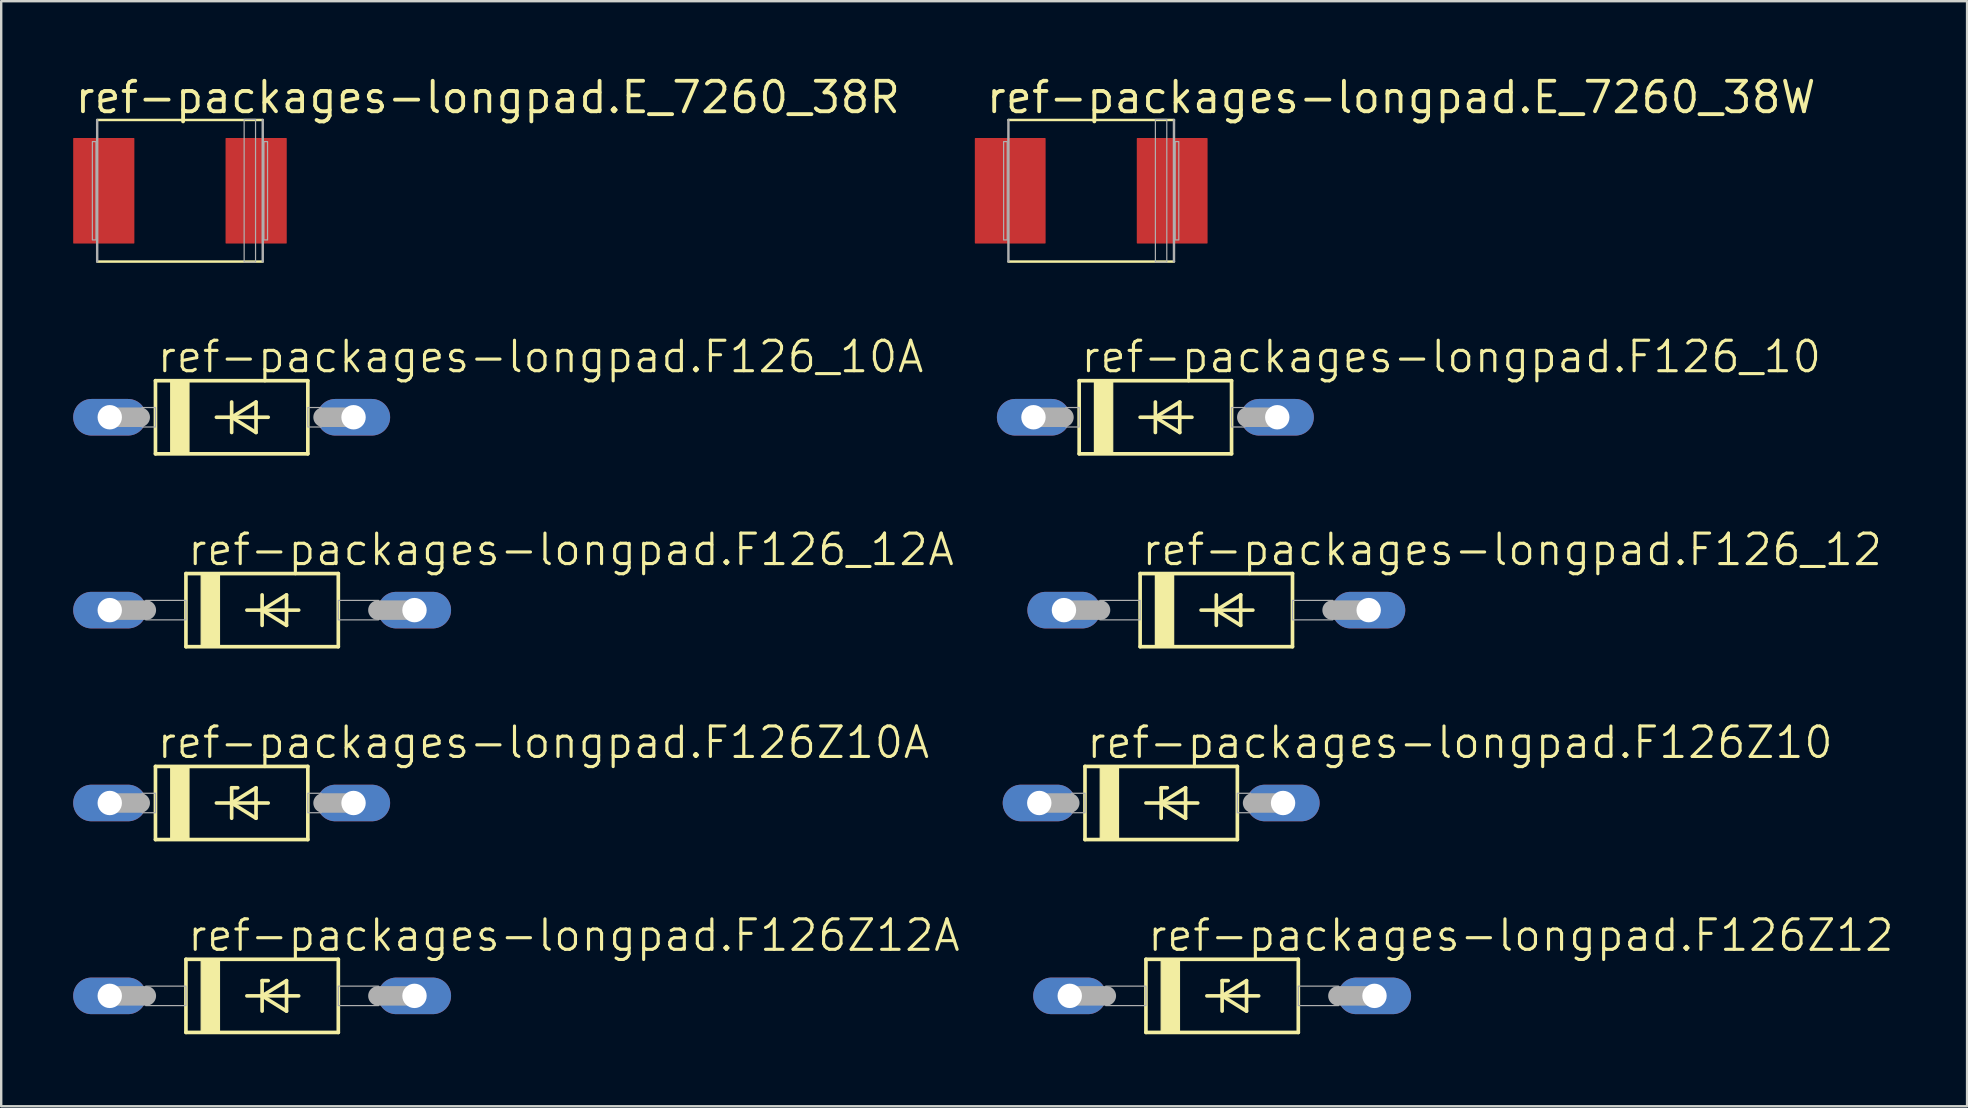
<source format=kicad_pcb>
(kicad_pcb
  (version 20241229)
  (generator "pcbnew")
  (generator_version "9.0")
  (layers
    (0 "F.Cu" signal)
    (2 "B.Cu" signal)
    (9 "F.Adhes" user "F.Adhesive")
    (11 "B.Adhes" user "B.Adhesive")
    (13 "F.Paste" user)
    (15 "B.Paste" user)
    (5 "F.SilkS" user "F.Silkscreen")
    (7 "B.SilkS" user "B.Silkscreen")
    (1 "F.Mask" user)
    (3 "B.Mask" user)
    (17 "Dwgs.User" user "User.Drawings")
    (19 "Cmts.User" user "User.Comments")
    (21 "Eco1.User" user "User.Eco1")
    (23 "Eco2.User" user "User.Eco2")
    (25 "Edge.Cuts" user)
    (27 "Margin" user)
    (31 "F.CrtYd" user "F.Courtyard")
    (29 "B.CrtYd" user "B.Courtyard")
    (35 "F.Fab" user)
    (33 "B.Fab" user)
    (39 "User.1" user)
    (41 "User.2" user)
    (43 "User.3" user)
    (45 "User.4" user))
  (footprint "ref-packages-longpad.E_7260_38R"
    (layer "F.Cu")
    (at 4.45 4.9)
    (property "Reference" "ref-packages-longpad.E_7260_38R" (at -4.45 -3.15 0) (layer "F.SilkS") (effects (font (size 1.27 1.27) (thickness 0.16)) (justify left bottom)))
    (attr smd)
    (fp_line (start -3.45 -2.95) (end 3.45 -2.95) (stroke (width 0.102) (type default)) (layer "F.SilkS"))
    (fp_line (start 3.45 2.95) (end -3.45 2.95) (stroke (width 0.102) (type default)) (layer "F.SilkS"))
    (fp_line (start -3.45 2.95) (end -3.45 -2.95) (stroke (width 0.102) (type default)) (layer "F.Fab"))
    (fp_line (start 3.45 -2.95) (end 3.45 2.95) (stroke (width 0.102) (type default)) (layer "F.Fab"))
    (fp_rect (start -3.65 2.05) (end -3.5 -2.05) (stroke (width 0.05) (type default)) (fill no) (layer "F.Fab"))
    (fp_rect (start 2.675 2.975) (end 3.15 -2.975) (stroke (width 0.05) (type default)) (fill no) (layer "F.Fab"))
    (fp_rect (start 3.5 2.05) (end 3.65 -2.05) (stroke (width 0.05) (type default)) (fill no) (layer "F.Fab"))
    (pad "+" smd roundrect (at 3.175 0) (size 2.55 4.4) (layers "F.Cu" "F.Mask" "F.Paste") (roundrect_rratio 0.01))
    (pad "-" smd roundrect (at -3.175 0) (size 2.55 4.4) (layers "F.Cu" "F.Mask" "F.Paste") (roundrect_rratio 0.01)))
  (footprint "ref-packages-longpad.F126_12A"
    (layer "F.Cu")
    (at 7.874 22.377)
    (property "Reference" "ref-packages-longpad.F126_12A" (at -3.175 -1.778 0) (layer "F.SilkS") (effects (font (size 1.27 1.27) (thickness 0.13)) (justify left bottom)))
    (attr through_hole)
    (fp_line (start -3.175 -1.524) (end -3.175 1.524) (stroke (width 0.152) (type default)) (layer "F.SilkS"))
    (fp_line (start -3.175 1.524) (end 3.175 1.524) (stroke (width 0.152) (type default)) (layer "F.SilkS"))
    (fp_line (start -0.635 0) (end 0 0) (stroke (width 0.152) (type default)) (layer "F.SilkS"))
    (fp_line (start 0 -0.635) (end 0 0) (stroke (width 0.152) (type default)) (layer "F.SilkS"))
    (fp_line (start 0 0) (end 0 0.635) (stroke (width 0.152) (type default)) (layer "F.SilkS"))
    (fp_line (start 0 0) (end 1.016 -0.635) (stroke (width 0.152) (type default)) (layer "F.SilkS"))
    (fp_line (start 0 0) (end 1.524 0) (stroke (width 0.152) (type default)) (layer "F.SilkS"))
    (fp_line (start 1.016 -0.635) (end 1.016 0.635) (stroke (width 0.152) (type default)) (layer "F.SilkS"))
    (fp_line (start 1.016 0.635) (end 0 0) (stroke (width 0.152) (type default)) (layer "F.SilkS"))
    (fp_line (start 3.175 -1.524) (end -3.175 -1.524) (stroke (width 0.152) (type default)) (layer "F.SilkS"))
    (fp_line (start 3.175 1.524) (end 3.175 -1.524) (stroke (width 0.152) (type default)) (layer "F.SilkS"))
    (fp_rect (start -2.54 1.524) (end -1.778 -1.524) (stroke (width 0.05) (type default)) (fill yes) (layer "F.SilkS"))
    (fp_line (start -6.35 0) (end -4.826 0) (stroke (width 0.813) (type default)) (layer "F.Fab"))
    (fp_line (start 6.35 0) (end 4.826 0) (stroke (width 0.813) (type default)) (layer "F.Fab"))
    (fp_rect (start -4.851 0.406) (end -3.175 -0.406) (stroke (width 0.05) (type default)) (fill no) (layer "F.Fab"))
    (fp_rect (start 3.175 0.406) (end 4.851 -0.406) (stroke (width 0.05) (type default)) (fill no) (layer "F.Fab"))
    (pad "A" thru_hole oval (at 6.35 0) (size 3.048 1.524) (drill 1.016) (layers "*.Cu" "*.Mask"))
    (pad "C" thru_hole oval (at -6.35 0) (size 3.048 1.524) (drill 1.016) (layers "*.Cu" "*.Mask")))
  (footprint "ref-packages-longpad.F126Z10A"
    (layer "F.Cu")
    (at 6.604 30.415)
    (property "Reference" "ref-packages-longpad.F126Z10A" (at -3.175 -1.778 0) (layer "F.SilkS") (effects (font (size 1.27 1.27) (thickness 0.13)) (justify left bottom)))
    (attr through_hole)
    (fp_line (start -3.175 -1.524) (end -3.175 1.524) (stroke (width 0.152) (type default)) (layer "F.SilkS"))
    (fp_line (start -3.175 1.524) (end 3.175 1.524) (stroke (width 0.152) (type default)) (layer "F.SilkS"))
    (fp_line (start -0.635 0) (end 0 0) (stroke (width 0.152) (type default)) (layer "F.SilkS"))
    (fp_line (start 0 -0.635) (end 0 0) (stroke (width 0.152) (type default)) (layer "F.SilkS"))
    (fp_line (start 0 0) (end 0 0.635) (stroke (width 0.152) (type default)) (layer "F.SilkS"))
    (fp_line (start 0 0) (end 1.016 -0.635) (stroke (width 0.152) (type default)) (layer "F.SilkS"))
    (fp_line (start 0 0) (end 1.524 0) (stroke (width 0.152) (type default)) (layer "F.SilkS"))
    (fp_line (start 0.254 -0.635) (end 0 -0.635) (stroke (width 0.152) (type default)) (layer "F.SilkS"))
    (fp_line (start 1.016 -0.635) (end 1.016 0.635) (stroke (width 0.152) (type default)) (layer "F.SilkS"))
    (fp_line (start 1.016 0.635) (end 0 0) (stroke (width 0.152) (type default)) (layer "F.SilkS"))
    (fp_line (start 3.175 -1.524) (end -3.175 -1.524) (stroke (width 0.152) (type default)) (layer "F.SilkS"))
    (fp_line (start 3.175 1.524) (end 3.175 -1.524) (stroke (width 0.152) (type default)) (layer "F.SilkS"))
    (fp_rect (start -2.54 1.524) (end -1.778 -1.524) (stroke (width 0.05) (type default)) (fill yes) (layer "F.SilkS"))
    (fp_line (start -5.08 0) (end -3.81 0) (stroke (width 0.813) (type default)) (layer "F.Fab"))
    (fp_line (start 5.08 0) (end 3.81 0) (stroke (width 0.813) (type default)) (layer "F.Fab"))
    (fp_rect (start -3.734 0.406) (end -3.175 -0.406) (stroke (width 0.05) (type default)) (fill no) (layer "F.Fab"))
    (fp_rect (start 3.175 0.406) (end 3.734 -0.406) (stroke (width 0.05) (type default)) (fill no) (layer "F.Fab"))
    (pad "A" thru_hole oval (at 5.08 0) (size 3.048 1.524) (drill 1.016) (layers "*.Cu" "*.Mask"))
    (pad "C" thru_hole oval (at -5.08 0) (size 3.048 1.524) (drill 1.016) (layers "*.Cu" "*.Mask")))
  (footprint "ref-packages-longpad.F126Z12"
    (layer "F.Cu")
    (at 47.882 38.453)
    (property "Reference" "ref-packages-longpad.F126Z12" (at -3.175 -1.778 0) (layer "F.SilkS") (effects (font (size 1.27 1.27) (thickness 0.13)) (justify left bottom)))
    (attr through_hole)
    (fp_line (start -3.175 -1.524) (end -3.175 1.524) (stroke (width 0.152) (type default)) (layer "F.SilkS"))
    (fp_line (start -3.175 1.524) (end 3.175 1.524) (stroke (width 0.152) (type default)) (layer "F.SilkS"))
    (fp_line (start -0.635 0) (end 0 0) (stroke (width 0.152) (type default)) (layer "F.SilkS"))
    (fp_line (start 0 -0.635) (end 0 0) (stroke (width 0.152) (type default)) (layer "F.SilkS"))
    (fp_line (start 0 0) (end 0 0.635) (stroke (width 0.152) (type default)) (layer "F.SilkS"))
    (fp_line (start 0 0) (end 1.016 -0.635) (stroke (width 0.152) (type default)) (layer "F.SilkS"))
    (fp_line (start 0 0) (end 1.524 0) (stroke (width 0.152) (type default)) (layer "F.SilkS"))
    (fp_line (start 0.254 -0.635) (end 0 -0.635) (stroke (width 0.152) (type default)) (layer "F.SilkS"))
    (fp_line (start 1.016 -0.635) (end 1.016 0.635) (stroke (width 0.152) (type default)) (layer "F.SilkS"))
    (fp_line (start 1.016 0.635) (end 0 0) (stroke (width 0.152) (type default)) (layer "F.SilkS"))
    (fp_line (start 3.175 -1.524) (end -3.175 -1.524) (stroke (width 0.152) (type default)) (layer "F.SilkS"))
    (fp_line (start 3.175 1.524) (end 3.175 -1.524) (stroke (width 0.152) (type default)) (layer "F.SilkS"))
    (fp_rect (start -2.54 1.524) (end -1.778 -1.524) (stroke (width 0.05) (type default)) (fill yes) (layer "F.SilkS"))
    (fp_line (start -6.35 0) (end -4.826 0) (stroke (width 0.813) (type default)) (layer "F.Fab"))
    (fp_line (start 6.35 0) (end 4.826 0) (stroke (width 0.813) (type default)) (layer "F.Fab"))
    (fp_rect (start -4.851 0.406) (end -3.175 -0.406) (stroke (width 0.05) (type default)) (fill no) (layer "F.Fab"))
    (fp_rect (start 3.175 0.406) (end 4.851 -0.406) (stroke (width 0.05) (type default)) (fill no) (layer "F.Fab"))
    (pad "A" thru_hole oval (at 6.35 0) (size 3.048 1.524) (drill 1.016) (layers "*.Cu" "*.Mask"))
    (pad "C" thru_hole oval (at -6.35 0) (size 3.048 1.524) (drill 1.016) (layers "*.Cu" "*.Mask")))
  (footprint "ref-packages-longpad.F126_12"
    (layer "F.Cu")
    (at 47.64 22.377)
    (property "Reference" "ref-packages-longpad.F126_12" (at -3.175 -1.778 0) (layer "F.SilkS") (effects (font (size 1.27 1.27) (thickness 0.13)) (justify left bottom)))
    (attr through_hole)
    (fp_line (start -3.175 -1.524) (end -3.175 1.524) (stroke (width 0.152) (type default)) (layer "F.SilkS"))
    (fp_line (start -3.175 1.524) (end 3.175 1.524) (stroke (width 0.152) (type default)) (layer "F.SilkS"))
    (fp_line (start -0.635 0) (end 0 0) (stroke (width 0.152) (type default)) (layer "F.SilkS"))
    (fp_line (start 0 -0.635) (end 0 0) (stroke (width 0.152) (type default)) (layer "F.SilkS"))
    (fp_line (start 0 0) (end 0 0.635) (stroke (width 0.152) (type default)) (layer "F.SilkS"))
    (fp_line (start 0 0) (end 1.016 -0.635) (stroke (width 0.152) (type default)) (layer "F.SilkS"))
    (fp_line (start 0 0) (end 1.524 0) (stroke (width 0.152) (type default)) (layer "F.SilkS"))
    (fp_line (start 1.016 -0.635) (end 1.016 0.635) (stroke (width 0.152) (type default)) (layer "F.SilkS"))
    (fp_line (start 1.016 0.635) (end 0 0) (stroke (width 0.152) (type default)) (layer "F.SilkS"))
    (fp_line (start 3.175 -1.524) (end -3.175 -1.524) (stroke (width 0.152) (type default)) (layer "F.SilkS"))
    (fp_line (start 3.175 1.524) (end 3.175 -1.524) (stroke (width 0.152) (type default)) (layer "F.SilkS"))
    (fp_rect (start -2.54 1.524) (end -1.778 -1.524) (stroke (width 0.05) (type default)) (fill yes) (layer "F.SilkS"))
    (fp_line (start -6.35 0) (end -4.826 0) (stroke (width 0.813) (type default)) (layer "F.Fab"))
    (fp_line (start 6.35 0) (end 4.826 0) (stroke (width 0.813) (type default)) (layer "F.Fab"))
    (fp_rect (start -4.851 0.406) (end -3.175 -0.406) (stroke (width 0.05) (type default)) (fill no) (layer "F.Fab"))
    (fp_rect (start 3.175 0.406) (end 4.851 -0.406) (stroke (width 0.05) (type default)) (fill no) (layer "F.Fab"))
    (pad "A" thru_hole oval (at 6.35 0) (size 3.048 1.524) (drill 1.016) (layers "*.Cu" "*.Mask"))
    (pad "C" thru_hole oval (at -6.35 0) (size 3.048 1.524) (drill 1.016) (layers "*.Cu" "*.Mask")))
  (footprint "ref-packages-longpad.F126_10A"
    (layer "F.Cu")
    (at 6.604 14.339)
    (property "Reference" "ref-packages-longpad.F126_10A" (at -3.175 -1.778 0) (layer "F.SilkS") (effects (font (size 1.27 1.27) (thickness 0.13)) (justify left bottom)))
    (attr through_hole)
    (fp_line (start -3.175 -1.524) (end -3.175 1.524) (stroke (width 0.152) (type default)) (layer "F.SilkS"))
    (fp_line (start -3.175 1.524) (end 3.175 1.524) (stroke (width 0.152) (type default)) (layer "F.SilkS"))
    (fp_line (start -0.635 0) (end 0 0) (stroke (width 0.152) (type default)) (layer "F.SilkS"))
    (fp_line (start 0 -0.635) (end 0 0) (stroke (width 0.152) (type default)) (layer "F.SilkS"))
    (fp_line (start 0 0) (end 0 0.635) (stroke (width 0.152) (type default)) (layer "F.SilkS"))
    (fp_line (start 0 0) (end 1.016 -0.635) (stroke (width 0.152) (type default)) (layer "F.SilkS"))
    (fp_line (start 0 0) (end 1.524 0) (stroke (width 0.152) (type default)) (layer "F.SilkS"))
    (fp_line (start 1.016 -0.635) (end 1.016 0.635) (stroke (width 0.152) (type default)) (layer "F.SilkS"))
    (fp_line (start 1.016 0.635) (end 0 0) (stroke (width 0.152) (type default)) (layer "F.SilkS"))
    (fp_line (start 3.175 -1.524) (end -3.175 -1.524) (stroke (width 0.152) (type default)) (layer "F.SilkS"))
    (fp_line (start 3.175 1.524) (end 3.175 -1.524) (stroke (width 0.152) (type default)) (layer "F.SilkS"))
    (fp_rect (start -2.54 1.524) (end -1.778 -1.524) (stroke (width 0.05) (type default)) (fill yes) (layer "F.SilkS"))
    (fp_line (start -5.08 0) (end -3.81 0) (stroke (width 0.813) (type default)) (layer "F.Fab"))
    (fp_line (start 5.08 0) (end 3.81 0) (stroke (width 0.813) (type default)) (layer "F.Fab"))
    (fp_rect (start -3.734 0.406) (end -3.175 -0.406) (stroke (width 0.05) (type default)) (fill no) (layer "F.Fab"))
    (fp_rect (start 3.175 0.406) (end 3.734 -0.406) (stroke (width 0.05) (type default)) (fill no) (layer "F.Fab"))
    (pad "A" thru_hole oval (at 5.08 0) (size 3.048 1.524) (drill 1.016) (layers "*.Cu" "*.Mask"))
    (pad "C" thru_hole oval (at -5.08 0) (size 3.048 1.524) (drill 1.016) (layers "*.Cu" "*.Mask")))
  (footprint "ref-packages-longpad.E_7260_38W"
    (layer "F.Cu")
    (at 42.426 4.9)
    (property "Reference" "ref-packages-longpad.E_7260_38W" (at -4.45 -3.15 0) (layer "F.SilkS") (effects (font (size 1.27 1.27) (thickness 0.16)) (justify left bottom)))
    (attr smd)
    (fp_line (start -3.45 -2.95) (end 3.45 -2.95) (stroke (width 0.102) (type default)) (layer "F.SilkS"))
    (fp_line (start 3.45 2.95) (end -3.45 2.95) (stroke (width 0.102) (type default)) (layer "F.SilkS"))
    (fp_line (start -3.45 2.95) (end -3.45 -2.95) (stroke (width 0.102) (type default)) (layer "F.Fab"))
    (fp_line (start 3.45 -2.95) (end 3.45 2.95) (stroke (width 0.102) (type default)) (layer "F.Fab"))
    (fp_rect (start -3.65 2.05) (end -3.5 -2.05) (stroke (width 0.05) (type default)) (fill no) (layer "F.Fab"))
    (fp_rect (start 2.675 2.975) (end 3.15 -2.975) (stroke (width 0.05) (type default)) (fill no) (layer "F.Fab"))
    (fp_rect (start 3.5 2.05) (end 3.65 -2.05) (stroke (width 0.05) (type default)) (fill no) (layer "F.Fab"))
    (pad "+" smd roundrect (at 3.375 0) (size 2.95 4.4) (layers "F.Cu" "F.Mask" "F.Paste") (roundrect_rratio 0.01))
    (pad "-" smd roundrect (at -3.375 0) (size 2.95 4.4) (layers "F.Cu" "F.Mask" "F.Paste") (roundrect_rratio 0.01)))
  (footprint "ref-packages-longpad.F126_10"
    (layer "F.Cu")
    (at 45.1 14.339)
    (property "Reference" "ref-packages-longpad.F126_10" (at -3.175 -1.778 0) (layer "F.SilkS") (effects (font (size 1.27 1.27) (thickness 0.13)) (justify left bottom)))
    (attr through_hole)
    (fp_line (start -3.175 -1.524) (end -3.175 1.524) (stroke (width 0.152) (type default)) (layer "F.SilkS"))
    (fp_line (start -3.175 1.524) (end 3.175 1.524) (stroke (width 0.152) (type default)) (layer "F.SilkS"))
    (fp_line (start -0.635 0) (end 0 0) (stroke (width 0.152) (type default)) (layer "F.SilkS"))
    (fp_line (start 0 -0.635) (end 0 0) (stroke (width 0.152) (type default)) (layer "F.SilkS"))
    (fp_line (start 0 0) (end 0 0.635) (stroke (width 0.152) (type default)) (layer "F.SilkS"))
    (fp_line (start 0 0) (end 1.016 -0.635) (stroke (width 0.152) (type default)) (layer "F.SilkS"))
    (fp_line (start 0 0) (end 1.524 0) (stroke (width 0.152) (type default)) (layer "F.SilkS"))
    (fp_line (start 1.016 -0.635) (end 1.016 0.635) (stroke (width 0.152) (type default)) (layer "F.SilkS"))
    (fp_line (start 1.016 0.635) (end 0 0) (stroke (width 0.152) (type default)) (layer "F.SilkS"))
    (fp_line (start 3.175 -1.524) (end -3.175 -1.524) (stroke (width 0.152) (type default)) (layer "F.SilkS"))
    (fp_line (start 3.175 1.524) (end 3.175 -1.524) (stroke (width 0.152) (type default)) (layer "F.SilkS"))
    (fp_rect (start -2.54 1.524) (end -1.778 -1.524) (stroke (width 0.05) (type default)) (fill yes) (layer "F.SilkS"))
    (fp_line (start -5.08 0) (end -3.81 0) (stroke (width 0.813) (type default)) (layer "F.Fab"))
    (fp_line (start 5.08 0) (end 3.81 0) (stroke (width 0.813) (type default)) (layer "F.Fab"))
    (fp_rect (start -3.734 0.406) (end -3.175 -0.406) (stroke (width 0.05) (type default)) (fill no) (layer "F.Fab"))
    (fp_rect (start 3.175 0.406) (end 3.734 -0.406) (stroke (width 0.05) (type default)) (fill no) (layer "F.Fab"))
    (pad "A" thru_hole oval (at 5.08 0) (size 3.048 1.524) (drill 1.016) (layers "*.Cu" "*.Mask"))
    (pad "C" thru_hole oval (at -5.08 0) (size 3.048 1.524) (drill 1.016) (layers "*.Cu" "*.Mask")))
  (footprint "ref-packages-longpad.F126Z12A"
    (layer "F.Cu")
    (at 7.874 38.453)
    (property "Reference" "ref-packages-longpad.F126Z12A" (at -3.175 -1.778 0) (layer "F.SilkS") (effects (font (size 1.27 1.27) (thickness 0.13)) (justify left bottom)))
    (attr through_hole)
    (fp_line (start -3.175 -1.524) (end -3.175 1.524) (stroke (width 0.152) (type default)) (layer "F.SilkS"))
    (fp_line (start -3.175 1.524) (end 3.175 1.524) (stroke (width 0.152) (type default)) (layer "F.SilkS"))
    (fp_line (start -0.635 0) (end 0 0) (stroke (width 0.152) (type default)) (layer "F.SilkS"))
    (fp_line (start 0 -0.635) (end 0 0) (stroke (width 0.152) (type default)) (layer "F.SilkS"))
    (fp_line (start 0 0) (end 0 0.635) (stroke (width 0.152) (type default)) (layer "F.SilkS"))
    (fp_line (start 0 0) (end 1.016 -0.635) (stroke (width 0.152) (type default)) (layer "F.SilkS"))
    (fp_line (start 0 0) (end 1.524 0) (stroke (width 0.152) (type default)) (layer "F.SilkS"))
    (fp_line (start 0.254 -0.635) (end 0 -0.635) (stroke (width 0.152) (type default)) (layer "F.SilkS"))
    (fp_line (start 1.016 -0.635) (end 1.016 0.635) (stroke (width 0.152) (type default)) (layer "F.SilkS"))
    (fp_line (start 1.016 0.635) (end 0 0) (stroke (width 0.152) (type default)) (layer "F.SilkS"))
    (fp_line (start 3.175 -1.524) (end -3.175 -1.524) (stroke (width 0.152) (type default)) (layer "F.SilkS"))
    (fp_line (start 3.175 1.524) (end 3.175 -1.524) (stroke (width 0.152) (type default)) (layer "F.SilkS"))
    (fp_rect (start -2.54 1.524) (end -1.778 -1.524) (stroke (width 0.05) (type default)) (fill yes) (layer "F.SilkS"))
    (fp_line (start -6.35 0) (end -4.826 0) (stroke (width 0.813) (type default)) (layer "F.Fab"))
    (fp_line (start 6.35 0) (end 4.826 0) (stroke (width 0.813) (type default)) (layer "F.Fab"))
    (fp_rect (start -4.851 0.406) (end -3.175 -0.406) (stroke (width 0.05) (type default)) (fill no) (layer "F.Fab"))
    (fp_rect (start 3.175 0.406) (end 4.851 -0.406) (stroke (width 0.05) (type default)) (fill no) (layer "F.Fab"))
    (pad "A" thru_hole oval (at 6.35 0) (size 3.048 1.524) (drill 1.016) (layers "*.Cu" "*.Mask"))
    (pad "C" thru_hole oval (at -6.35 0) (size 3.048 1.524) (drill 1.016) (layers "*.Cu" "*.Mask")))
  (footprint "ref-packages-longpad.F126Z10"
    (layer "F.Cu")
    (at 45.342 30.415)
    (property "Reference" "ref-packages-longpad.F126Z10" (at -3.175 -1.778 0) (layer "F.SilkS") (effects (font (size 1.27 1.27) (thickness 0.13)) (justify left bottom)))
    (attr through_hole)
    (fp_line (start -3.175 -1.524) (end -3.175 1.524) (stroke (width 0.152) (type default)) (layer "F.SilkS"))
    (fp_line (start -3.175 1.524) (end 3.175 1.524) (stroke (width 0.152) (type default)) (layer "F.SilkS"))
    (fp_line (start -0.635 0) (end 0 0) (stroke (width 0.152) (type default)) (layer "F.SilkS"))
    (fp_line (start 0 -0.635) (end 0 0) (stroke (width 0.152) (type default)) (layer "F.SilkS"))
    (fp_line (start 0 0) (end 0 0.635) (stroke (width 0.152) (type default)) (layer "F.SilkS"))
    (fp_line (start 0 0) (end 1.016 -0.635) (stroke (width 0.152) (type default)) (layer "F.SilkS"))
    (fp_line (start 0 0) (end 1.524 0) (stroke (width 0.152) (type default)) (layer "F.SilkS"))
    (fp_line (start 0.254 -0.635) (end 0 -0.635) (stroke (width 0.152) (type default)) (layer "F.SilkS"))
    (fp_line (start 1.016 -0.635) (end 1.016 0.635) (stroke (width 0.152) (type default)) (layer "F.SilkS"))
    (fp_line (start 1.016 0.635) (end 0 0) (stroke (width 0.152) (type default)) (layer "F.SilkS"))
    (fp_line (start 3.175 -1.524) (end -3.175 -1.524) (stroke (width 0.152) (type default)) (layer "F.SilkS"))
    (fp_line (start 3.175 1.524) (end 3.175 -1.524) (stroke (width 0.152) (type default)) (layer "F.SilkS"))
    (fp_rect (start -2.54 1.524) (end -1.778 -1.524) (stroke (width 0.05) (type default)) (fill yes) (layer "F.SilkS"))
    (fp_line (start -5.08 0) (end -3.81 0) (stroke (width 0.813) (type default)) (layer "F.Fab"))
    (fp_line (start 5.08 0) (end 3.81 0) (stroke (width 0.813) (type default)) (layer "F.Fab"))
    (fp_rect (start -3.734 0.406) (end -3.175 -0.406) (stroke (width 0.05) (type default)) (fill no) (layer "F.Fab"))
    (fp_rect (start 3.175 0.406) (end 3.734 -0.406) (stroke (width 0.05) (type default)) (fill no) (layer "F.Fab"))
    (pad "A" thru_hole oval (at 5.08 0) (size 3.048 1.524) (drill 1.016) (layers "*.Cu" "*.Mask"))
    (pad "C" thru_hole oval (at -5.08 0) (size 3.048 1.524) (drill 1.016) (layers "*.Cu" "*.Mask")))
  (gr_rect
    (start -3 -3)
    (end 78.928 43.054)
    (stroke (width 0.1) (type default))
    (fill no)
    (layer "Edge.Cuts")))
</source>
